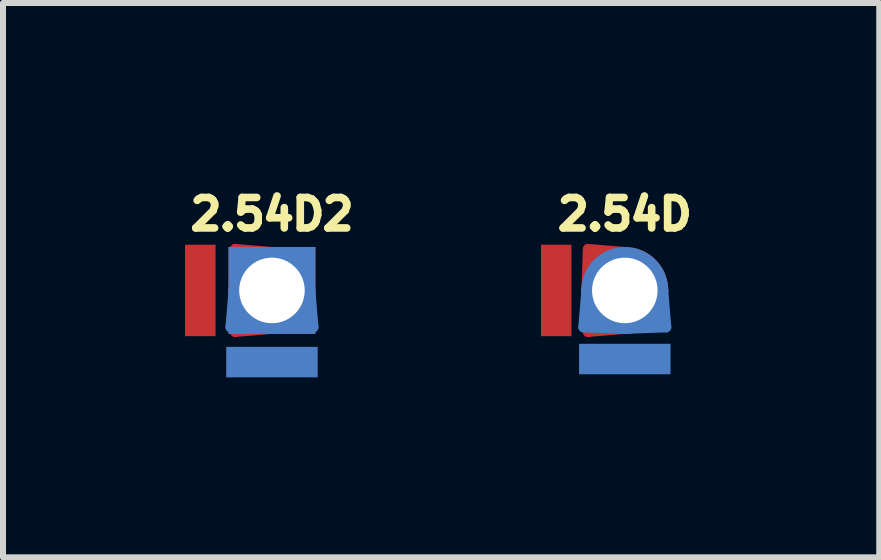
<source format=kicad_pcb>
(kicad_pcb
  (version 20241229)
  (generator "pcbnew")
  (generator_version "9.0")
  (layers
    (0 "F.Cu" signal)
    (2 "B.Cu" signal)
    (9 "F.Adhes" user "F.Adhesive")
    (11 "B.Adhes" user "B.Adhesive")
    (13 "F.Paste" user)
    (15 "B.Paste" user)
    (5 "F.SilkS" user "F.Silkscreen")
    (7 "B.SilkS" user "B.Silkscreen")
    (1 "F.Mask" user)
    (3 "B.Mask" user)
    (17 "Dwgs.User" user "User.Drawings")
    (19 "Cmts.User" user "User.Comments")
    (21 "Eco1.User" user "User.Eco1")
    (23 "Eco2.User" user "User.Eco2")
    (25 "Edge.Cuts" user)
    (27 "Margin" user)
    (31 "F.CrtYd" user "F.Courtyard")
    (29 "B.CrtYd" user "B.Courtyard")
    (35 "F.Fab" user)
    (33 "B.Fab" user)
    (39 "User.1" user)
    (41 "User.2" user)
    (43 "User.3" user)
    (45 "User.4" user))
  (footprint "2.54D"
    (layer "F.Cu")
    (at 7.362 1.79)
    (property "Reference" "2.54D" (at 0 -1.27 0) (layer "F.SilkS") (effects (font (size 0.508 0.508) (thickness 0.127))))
    (attr through_hole)
    (fp_line (start -0.635 0) (end -0.61 -0.686) (stroke (width 0.178) (type solid)) (layer "F.Cu"))
    (fp_line (start -0.635 0) (end -0.61 0.686) (stroke (width 0.178) (type solid)) (layer "F.Cu"))
    (fp_line (start -0.61 -0.686) (end 0 -0.635) (stroke (width 0.178) (type solid)) (layer "F.Cu"))
    (fp_line (start -0.61 -0.152) (end -0.152 -0.559) (stroke (width 0.178) (type solid)) (layer "F.Cu"))
    (fp_line (start -0.61 0.686) (end 0 0.635) (stroke (width 0.178) (type solid)) (layer "F.Cu"))
    (fp_line (start -0.533 0.127) (end -0.279 0.508) (stroke (width 0.178) (type solid)) (layer "F.Cu"))
    (fp_line (start -0.483 -0.559) (end -0.483 0.051) (stroke (width 0.178) (type solid)) (layer "F.Cu"))
    (fp_line (start -0.483 0.533) (end -0.533 0.127) (stroke (width 0.178) (type solid)) (layer "F.Cu"))
    (fp_line (start -0.152 -0.559) (end -0.483 -0.559) (stroke (width 0.178) (type solid)) (layer "F.Cu"))
    (fp_line (start 0 -0.635) (end 0 0.635) (stroke (width 0.178) (type solid)) (layer "F.Cu"))
    (fp_line (start 0 0.635) (end -0.483 0.533) (stroke (width 0.178) (type solid)) (layer "F.Cu"))
    (fp_line (start -0.61 -0.686) (end -0.61 0.686) (stroke (width 0.178) (type solid)) (layer "F.Mask"))
    (fp_line (start -0.533 -0.686) (end -0.508 0.686) (stroke (width 0.178) (type solid)) (layer "F.Mask"))
    (fp_line (start -0.508 0.686) (end 0 0.635) (stroke (width 0.178) (type solid)) (layer "F.Mask"))
    (fp_line (start 0 -0.635) (end -0.533 -0.686) (stroke (width 0.178) (type solid)) (layer "F.Mask"))
    (fp_line (start -0.686 0.61) (end -0.635 0) (stroke (width 0.178) (type solid)) (layer "B.Cu"))
    (fp_line (start -0.533 0.457) (end 0.533 0.457) (stroke (width 0.178) (type solid)) (layer "B.Cu"))
    (fp_line (start -0.483 0) (end -0.533 0.457) (stroke (width 0.178) (type solid)) (layer "B.Cu"))
    (fp_line (start -0.457 0.33) (end 0.406 0.33) (stroke (width 0.178) (type solid)) (layer "B.Cu"))
    (fp_line (start 0 0.635) (end -0.686 0.61) (stroke (width 0.178) (type solid)) (layer "B.Cu"))
    (fp_line (start 0 0.635) (end 0.686 0.61) (stroke (width 0.178) (type solid)) (layer "B.Cu"))
    (fp_line (start 0.533 0.457) (end 0.483 0) (stroke (width 0.178) (type solid)) (layer "B.Cu"))
    (fp_line (start 0.635 0) (end -0.635 0) (stroke (width 0.178) (type solid)) (layer "B.Cu"))
    (fp_line (start 0.686 0.61) (end 0.635 0) (stroke (width 0.178) (type solid)) (layer "B.Cu"))
    (fp_line (start -0.686 0.483) (end -0.635 0) (stroke (width 0.178) (type solid)) (layer "B.Mask"))
    (fp_line (start 0.635 0) (end 0.686 0.483) (stroke (width 0.178) (type solid)) (layer "B.Mask"))
    (fp_line (start 0.686 0.483) (end -0.686 0.483) (stroke (width 0.178) (type solid)) (layer "B.Mask"))
    (fp_line (start 0.686 0.61) (end -0.686 0.61) (stroke (width 0.178) (type solid)) (layer "B.Mask"))
    (pad "1" thru_hole circle (at 0 0) (size 1.448 1.448) (drill 1.092) (layers "*.Cu" "*.Mask"))
    (pad "2" smd rect (at -1.143 0) (size 0.508 1.524) (layers "F.Cu" "F.Mask"))
    (pad "3" smd rect (at 0 1.143 90) (size 0.508 1.524) (layers "B.Cu" "B.Mask")))
  (footprint "2.54D2"
    (layer "F.Cu")
    (at 1.482 1.79)
    (property "Reference" "2.54D2" (at 0 -1.27 0) (layer "F.SilkS") (effects (font (size 0.508 0.508) (thickness 0.127))))
    (attr through_hole)
    (fp_line (start -0.635 0) (end -0.61 -0.686) (stroke (width 0.178) (type solid)) (layer "F.Cu"))
    (fp_line (start -0.635 0) (end -0.61 0.686) (stroke (width 0.178) (type solid)) (layer "F.Cu"))
    (fp_line (start -0.61 -0.686) (end 0 -0.635) (stroke (width 0.178) (type solid)) (layer "F.Cu"))
    (fp_line (start -0.61 -0.152) (end -0.152 -0.559) (stroke (width 0.178) (type solid)) (layer "F.Cu"))
    (fp_line (start -0.61 0.686) (end 0 0.635) (stroke (width 0.178) (type solid)) (layer "F.Cu"))
    (fp_line (start -0.533 0.127) (end -0.279 0.508) (stroke (width 0.178) (type solid)) (layer "F.Cu"))
    (fp_line (start -0.483 -0.559) (end -0.483 0.051) (stroke (width 0.178) (type solid)) (layer "F.Cu"))
    (fp_line (start -0.483 0.533) (end -0.533 0.127) (stroke (width 0.178) (type solid)) (layer "F.Cu"))
    (fp_line (start -0.152 -0.559) (end -0.483 -0.559) (stroke (width 0.178) (type solid)) (layer "F.Cu"))
    (fp_line (start 0 -0.635) (end 0 0.635) (stroke (width 0.178) (type solid)) (layer "F.Cu"))
    (fp_line (start 0 0.635) (end -0.483 0.533) (stroke (width 0.178) (type solid)) (layer "F.Cu"))
    (fp_line (start -0.61 -0.686) (end -0.61 0.686) (stroke (width 0.178) (type solid)) (layer "F.Mask"))
    (fp_line (start -0.533 -0.686) (end -0.508 0.686) (stroke (width 0.178) (type solid)) (layer "F.Mask"))
    (fp_line (start -0.508 0.686) (end 0 0.635) (stroke (width 0.178) (type solid)) (layer "F.Mask"))
    (fp_line (start 0 -0.635) (end -0.533 -0.686) (stroke (width 0.178) (type solid)) (layer "F.Mask"))
    (fp_line (start -0.686 0.61) (end -0.635 0) (stroke (width 0.178) (type solid)) (layer "B.Cu"))
    (fp_line (start -0.533 0.457) (end 0.533 0.457) (stroke (width 0.178) (type solid)) (layer "B.Cu"))
    (fp_line (start -0.483 0) (end -0.533 0.457) (stroke (width 0.178) (type solid)) (layer "B.Cu"))
    (fp_line (start -0.457 0.33) (end 0.406 0.33) (stroke (width 0.178) (type solid)) (layer "B.Cu"))
    (fp_line (start 0 0.635) (end -0.686 0.61) (stroke (width 0.178) (type solid)) (layer "B.Cu"))
    (fp_line (start 0 0.635) (end 0.686 0.61) (stroke (width 0.178) (type solid)) (layer "B.Cu"))
    (fp_line (start 0.533 0.457) (end 0.483 0) (stroke (width 0.178) (type solid)) (layer "B.Cu"))
    (fp_line (start 0.635 0) (end -0.635 0) (stroke (width 0.178) (type solid)) (layer "B.Cu"))
    (fp_line (start 0.686 0.61) (end 0.635 0) (stroke (width 0.178) (type solid)) (layer "B.Cu"))
    (fp_line (start -0.686 0.483) (end -0.635 0) (stroke (width 0.178) (type solid)) (layer "B.Mask"))
    (fp_line (start 0.635 0) (end 0.686 0.483) (stroke (width 0.178) (type solid)) (layer "B.Mask"))
    (fp_line (start 0.686 0.483) (end -0.686 0.483) (stroke (width 0.178) (type solid)) (layer "B.Mask"))
    (fp_line (start 0.686 0.61) (end -0.686 0.61) (stroke (width 0.178) (type solid)) (layer "B.Mask"))
    (pad "1" thru_hole rect (at 0 0) (size 1.448 1.448) (drill 1.092) (layers "*.Cu" "*.Mask"))
    (pad "2" smd rect (at -1.194 0) (size 0.508 1.524) (layers "F.Cu" "F.Mask"))
    (pad "3" smd rect (at 0 1.194 90) (size 0.508 1.524) (layers "B.Cu" "B.Mask")))
  (gr_rect
    (start -3 -3)
    (end 11.602 6.238)
    (stroke (width 0.1) (type default))
    (fill no)
    (layer "Edge.Cuts")))
</source>
